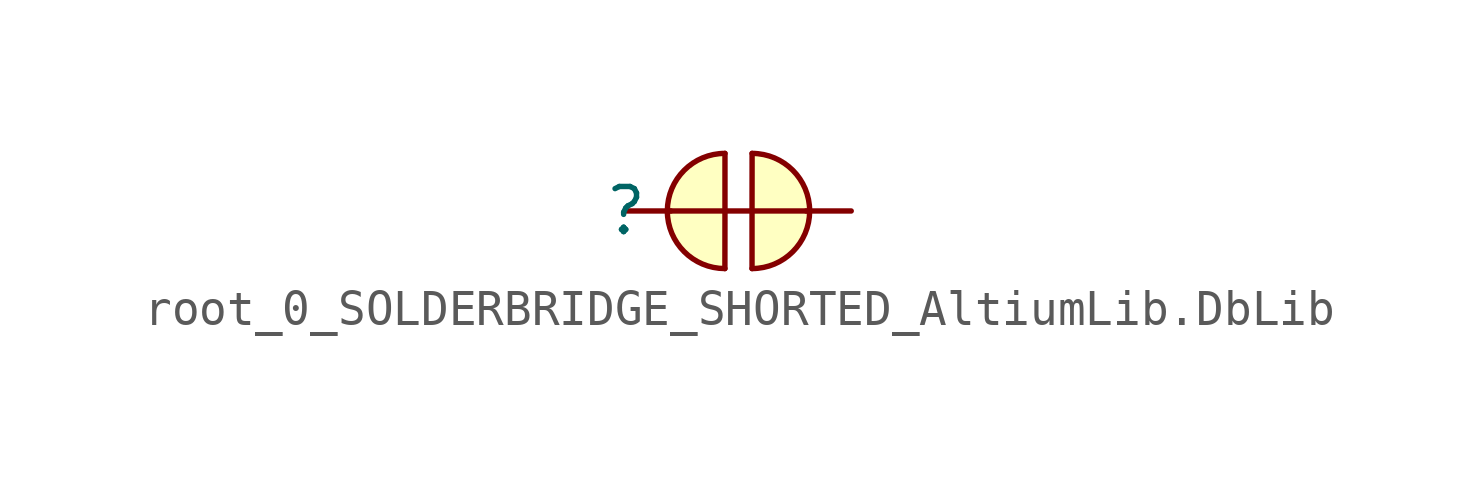
<source format=kicad_sym>
(kicad_symbol_lib
  (version 20241209)
  (generator "kicad_symbol_editor")
  (generator_version "9.0")
  (symbol "root_0_SOLDERBRIDGE_SHORTED_AltiumLib.DbLib"
    (pin_numbers
      (hide yes))
    (pin_names
      (hide yes))
    (property "Reference" ""
      (at 0 0 0)
      (effects (font (size 1.27 1.27))))
    (property "Value" ""
      (at 0 0 0)
      (effects (font (size 1.27 1.27))))
    (symbol "root_0_SOLDERBRIDGE_SHORTED_AltiumLib.DbLib_1_0"
      (polyline (pts (xy 1.27 0) (xy 5.08 0)) (stroke (width 0) (type solid)) (fill (type none)))
      (polyline (pts (xy 2.792 -1.622) (xy 2.794 0) (xy 2.794 1.622)) (stroke (width 0) (type solid)) (fill (type none)))
      (arc (start 2.7917 -1.622) (mid 1.172 0.0012) (end 2.794 1.622) (stroke (width 0) (type solid)) (fill (type background)))
      (arc (start 3.5583 1.622) (mid 5.178 -0.0012) (end 3.556 -1.622) (stroke (width 0) (type solid)) (fill (type background)))
      (polyline (pts (xy 3.558 1.622) (xy 3.556 0) (xy 3.556 -1.622)) (stroke (width 0) (type solid)) (fill (type none)))
      (pin passive line (at 0 0 0) (length 1.27) (name "1" (effects (font (size 1.27 1.27)))) (number "2" (effects (font (size 1.27 1.27)))))
      (pin passive line (at 6.35 0 180) (length 1.27) (name "0" (effects (font (size 1.27 1.27)))) (number "1" (effects (font (size 1.27 1.27))))))))
</source>
